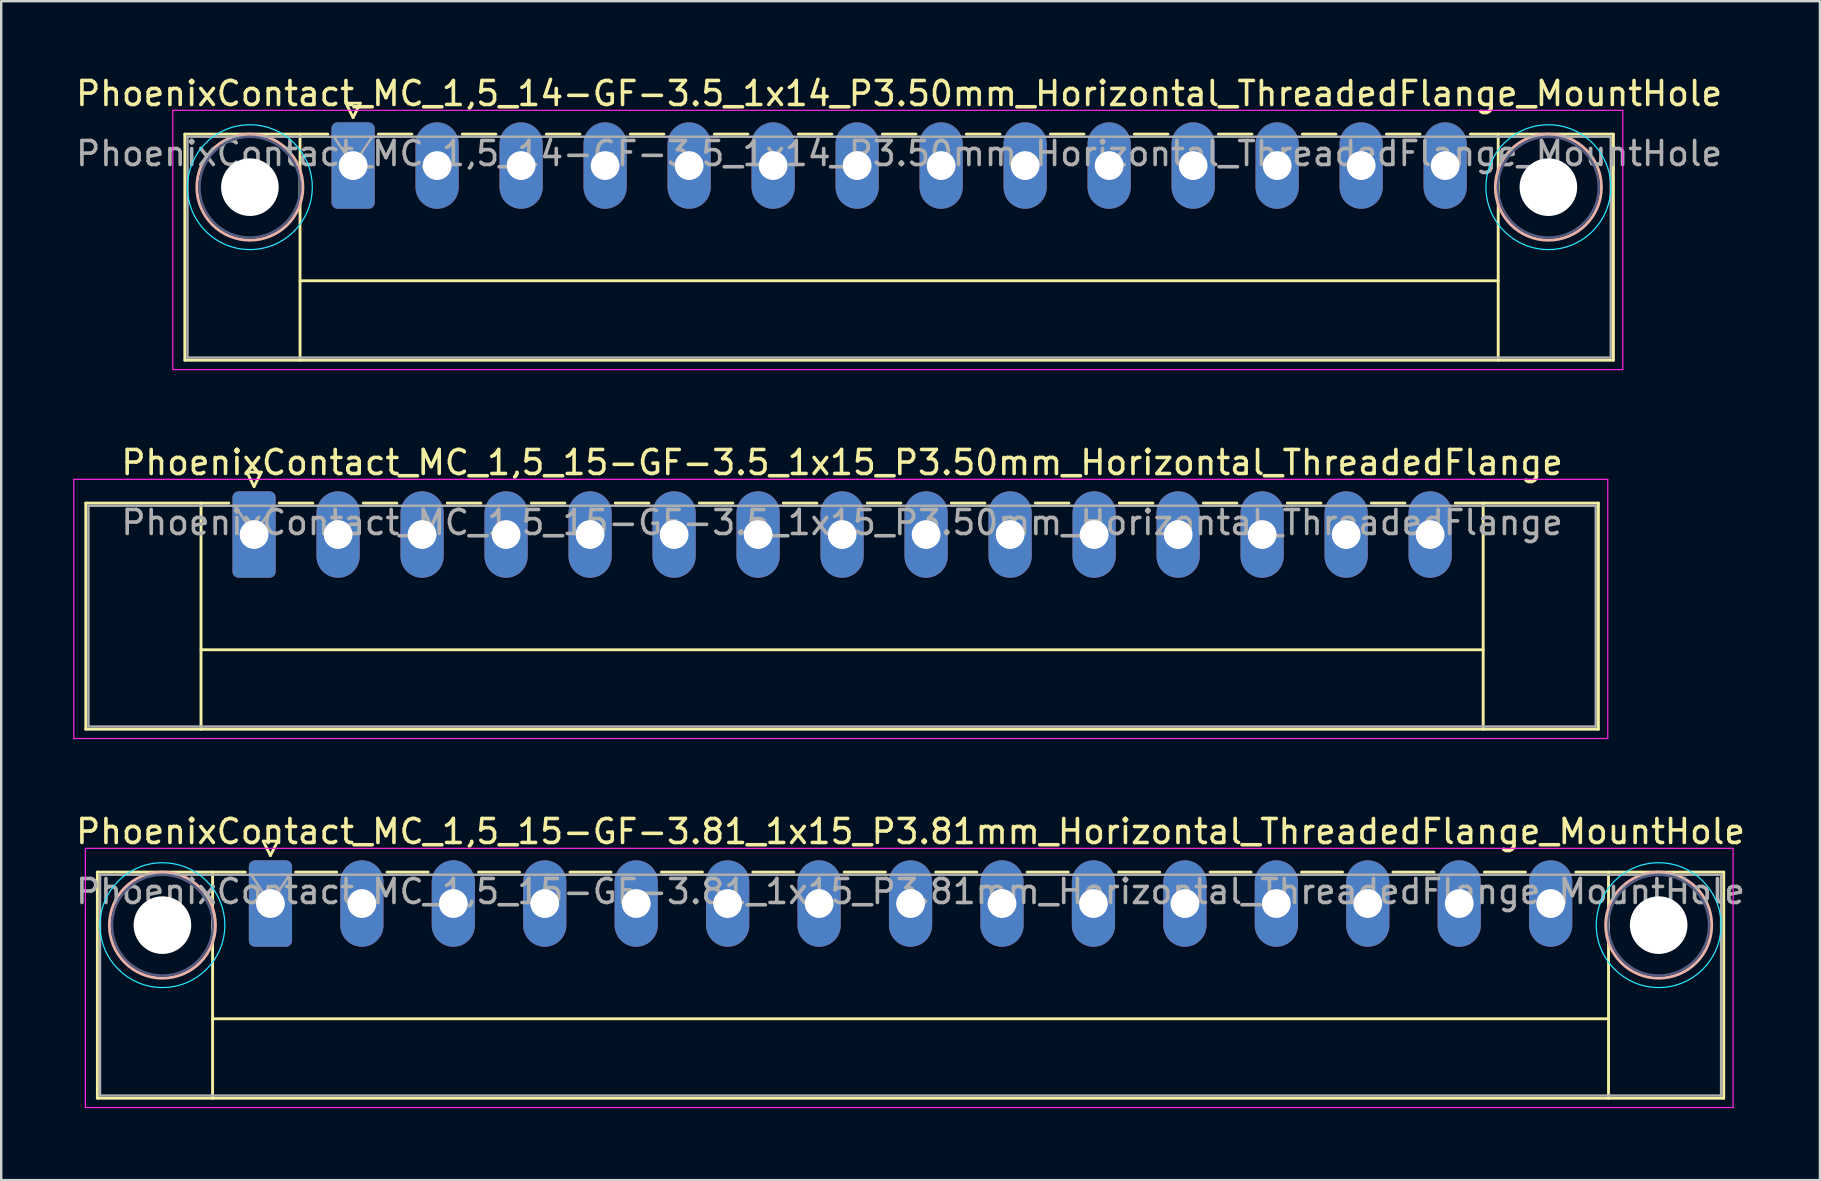
<source format=kicad_pcb>
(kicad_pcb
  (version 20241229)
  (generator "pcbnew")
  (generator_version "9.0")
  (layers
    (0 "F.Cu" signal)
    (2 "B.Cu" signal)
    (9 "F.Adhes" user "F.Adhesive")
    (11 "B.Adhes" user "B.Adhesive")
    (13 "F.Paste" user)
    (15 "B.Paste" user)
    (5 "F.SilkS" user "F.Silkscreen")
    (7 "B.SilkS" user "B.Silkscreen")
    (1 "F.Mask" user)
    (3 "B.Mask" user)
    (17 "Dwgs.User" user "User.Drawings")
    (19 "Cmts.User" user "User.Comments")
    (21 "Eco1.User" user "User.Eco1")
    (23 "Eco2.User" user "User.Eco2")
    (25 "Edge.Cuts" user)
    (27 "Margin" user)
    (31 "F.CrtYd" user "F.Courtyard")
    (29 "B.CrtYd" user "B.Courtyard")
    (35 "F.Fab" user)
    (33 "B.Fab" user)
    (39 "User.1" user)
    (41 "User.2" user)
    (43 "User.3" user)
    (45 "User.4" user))
  (footprint "PhoenixContact_MC_1,5_15-GF-3.81_1x15_P3.81mm_Horizontal_ThreadedFlange_MountHole"
    (layer "F.Cu")
    (at 8.217 34.595)
    (property "Reference" "PhoenixContact_MC_1,5_15-GF-3.81_1x15_P3.81mm_Horizontal_ThreadedFlange_MountHole" (at 26.67 -3 0) (layer "F.SilkS") (effects (font (size 1 1) (thickness 0.15))))
    (attr through_hole)
    (fp_line (start -7.21 -1.31) (end -7.21 8.11) (stroke (width 0.12) (type solid)) (layer "F.SilkS"))
    (fp_line (start -7.21 -1.31) (end -1.05 -1.31) (stroke (width 0.12) (type solid)) (layer "F.SilkS"))
    (fp_line (start -7.21 8.11) (end 60.55 8.11) (stroke (width 0.12) (type solid)) (layer "F.SilkS"))
    (fp_line (start -2.41 -1.31) (end -2.41 8.11) (stroke (width 0.12) (type solid)) (layer "F.SilkS"))
    (fp_line (start -2.41 4.8) (end 55.75 4.8) (stroke (width 0.12) (type solid)) (layer "F.SilkS"))
    (fp_line (start -0.3 -2.6) (end 0.3 -2.6) (stroke (width 0.12) (type solid)) (layer "F.SilkS"))
    (fp_line (start 0 -2) (end -0.3 -2.6) (stroke (width 0.12) (type solid)) (layer "F.SilkS"))
    (fp_line (start 0.3 -2.6) (end 0 -2) (stroke (width 0.12) (type solid)) (layer "F.SilkS"))
    (fp_line (start 1.05 -1.31) (end 2.76 -1.31) (stroke (width 0.12) (type solid)) (layer "F.SilkS"))
    (fp_line (start 4.86 -1.31) (end 6.57 -1.31) (stroke (width 0.12) (type solid)) (layer "F.SilkS"))
    (fp_line (start 8.67 -1.31) (end 10.38 -1.31) (stroke (width 0.12) (type solid)) (layer "F.SilkS"))
    (fp_line (start 12.48 -1.31) (end 14.19 -1.31) (stroke (width 0.12) (type solid)) (layer "F.SilkS"))
    (fp_line (start 16.29 -1.31) (end 18 -1.31) (stroke (width 0.12) (type solid)) (layer "F.SilkS"))
    (fp_line (start 20.1 -1.31) (end 21.81 -1.31) (stroke (width 0.12) (type solid)) (layer "F.SilkS"))
    (fp_line (start 23.91 -1.31) (end 25.62 -1.31) (stroke (width 0.12) (type solid)) (layer "F.SilkS"))
    (fp_line (start 27.72 -1.31) (end 29.43 -1.31) (stroke (width 0.12) (type solid)) (layer "F.SilkS"))
    (fp_line (start 31.53 -1.31) (end 33.24 -1.31) (stroke (width 0.12) (type solid)) (layer "F.SilkS"))
    (fp_line (start 35.34 -1.31) (end 37.05 -1.31) (stroke (width 0.12) (type solid)) (layer "F.SilkS"))
    (fp_line (start 39.15 -1.31) (end 40.86 -1.31) (stroke (width 0.12) (type solid)) (layer "F.SilkS"))
    (fp_line (start 42.96 -1.31) (end 44.67 -1.31) (stroke (width 0.12) (type solid)) (layer "F.SilkS"))
    (fp_line (start 46.77 -1.31) (end 48.48 -1.31) (stroke (width 0.12) (type solid)) (layer "F.SilkS"))
    (fp_line (start 50.58 -1.31) (end 52.29 -1.31) (stroke (width 0.12) (type solid)) (layer "F.SilkS"))
    (fp_line (start 55.75 -1.31) (end 55.75 8.11) (stroke (width 0.12) (type solid)) (layer "F.SilkS"))
    (fp_line (start 60.55 -1.31) (end 54.39 -1.31) (stroke (width 0.12) (type solid)) (layer "F.SilkS"))
    (fp_line (start 60.55 8.11) (end 60.55 -1.31) (stroke (width 0.12) (type solid)) (layer "F.SilkS"))
    (fp_circle (center -4.5 0.9) (end -2.29 0.9) (stroke (width 0.12) (type solid)) (fill no) (layer "B.SilkS"))
    (fp_circle (center 57.84 0.9) (end 60.05 0.9) (stroke (width 0.12) (type solid)) (fill no) (layer "B.SilkS"))
    (fp_circle (center -4.5 0.9) (end -1.9 0.9) (stroke (width 0.05) (type solid)) (fill no) (layer "B.CrtYd"))
    (fp_circle (center 57.84 0.9) (end 60.44 0.9) (stroke (width 0.05) (type solid)) (fill no) (layer "B.CrtYd"))
    (fp_line (start -7.71 -2.3) (end -7.71 8.5) (stroke (width 0.05) (type solid)) (layer "F.CrtYd"))
    (fp_line (start -7.71 8.5) (end 60.94 8.5) (stroke (width 0.05) (type solid)) (layer "F.CrtYd"))
    (fp_line (start 60.94 -2.3) (end -7.71 -2.3) (stroke (width 0.05) (type solid)) (layer "F.CrtYd"))
    (fp_line (start 60.94 8.5) (end 60.94 -2.3) (stroke (width 0.05) (type solid)) (layer "F.CrtYd"))
    (fp_circle (center -4.5 0.9) (end -2.4 0.9) (stroke (width 0.1) (type solid)) (fill no) (layer "B.Fab"))
    (fp_circle (center 57.84 0.9) (end 59.94 0.9) (stroke (width 0.1) (type solid)) (fill no) (layer "B.Fab"))
    (fp_line (start -7.1 -1.2) (end -7.1 8) (stroke (width 0.1) (type solid)) (layer "F.Fab"))
    (fp_line (start -7.1 8) (end 60.44 8) (stroke (width 0.1) (type solid)) (layer "F.Fab"))
    (fp_line (start 0 0) (end -0.8 -1.2) (stroke (width 0.1) (type solid)) (layer "F.Fab"))
    (fp_line (start 0.8 -1.2) (end 0 0) (stroke (width 0.1) (type solid)) (layer "F.Fab"))
    (fp_line (start 60.44 -1.2) (end -7.1 -1.2) (stroke (width 0.1) (type solid)) (layer "F.Fab"))
    (fp_line (start 60.44 8) (end 60.44 -1.2) (stroke (width 0.1) (type solid)) (layer "F.Fab"))
    (fp_text user "${REFERENCE}" (at 26.67 -0.5 0) (layer "F.Fab") (effects (font (size 1 1) (thickness 0.15))))
    (pad "" np_thru_hole circle (at -4.5 0.9) (size 2.4 2.4) (drill 2.4) (layers "*.Cu" "*.Mask"))
    (pad "" np_thru_hole circle (at 57.84 0.9) (size 2.4 2.4) (drill 2.4) (layers "*.Cu" "*.Mask"))
    (pad "1" thru_hole roundrect (at 0 0) (size 1.8 3.6) (drill 1.2) (layers "*.Cu" "*.Mask") (roundrect_rratio 0.139))
    (pad "2" thru_hole oval (at 3.81 0) (size 1.8 3.6) (drill 1.2) (layers "*.Cu" "*.Mask"))
    (pad "3" thru_hole oval (at 7.62 0) (size 1.8 3.6) (drill 1.2) (layers "*.Cu" "*.Mask"))
    (pad "4" thru_hole oval (at 11.43 0) (size 1.8 3.6) (drill 1.2) (layers "*.Cu" "*.Mask"))
    (pad "5" thru_hole oval (at 15.24 0) (size 1.8 3.6) (drill 1.2) (layers "*.Cu" "*.Mask"))
    (pad "6" thru_hole oval (at 19.05 0) (size 1.8 3.6) (drill 1.2) (layers "*.Cu" "*.Mask"))
    (pad "7" thru_hole oval (at 22.86 0) (size 1.8 3.6) (drill 1.2) (layers "*.Cu" "*.Mask"))
    (pad "8" thru_hole oval (at 26.67 0) (size 1.8 3.6) (drill 1.2) (layers "*.Cu" "*.Mask"))
    (pad "9" thru_hole oval (at 30.48 0) (size 1.8 3.6) (drill 1.2) (layers "*.Cu" "*.Mask"))
    (pad "10" thru_hole oval (at 34.29 0) (size 1.8 3.6) (drill 1.2) (layers "*.Cu" "*.Mask"))
    (pad "11" thru_hole oval (at 38.1 0) (size 1.8 3.6) (drill 1.2) (layers "*.Cu" "*.Mask"))
    (pad "12" thru_hole oval (at 41.91 0) (size 1.8 3.6) (drill 1.2) (layers "*.Cu" "*.Mask"))
    (pad "13" thru_hole oval (at 45.72 0) (size 1.8 3.6) (drill 1.2) (layers "*.Cu" "*.Mask"))
    (pad "14" thru_hole oval (at 49.53 0) (size 1.8 3.6) (drill 1.2) (layers "*.Cu" "*.Mask"))
    (pad "15" thru_hole oval (at 53.34 0) (size 1.8 3.6) (drill 1.2) (layers "*.Cu" "*.Mask")))
  (footprint "PhoenixContact_MC_1,5_15-GF-3.5_1x15_P3.50mm_Horizontal_ThreadedFlange"
    (layer "F.Cu")
    (at 7.535 19.221)
    (property "Reference" "PhoenixContact_MC_1,5_15-GF-3.5_1x15_P3.50mm_Horizontal_ThreadedFlange" (at 24.5 -3 0) (layer "F.SilkS") (effects (font (size 1 1) (thickness 0.15))))
    (attr through_hole)
    (fp_line (start -7.01 -1.31) (end -7.01 8.11) (stroke (width 0.12) (type solid)) (layer "F.SilkS"))
    (fp_line (start -7.01 -1.31) (end -1.05 -1.31) (stroke (width 0.12) (type solid)) (layer "F.SilkS"))
    (fp_line (start -7.01 8.11) (end 56.01 8.11) (stroke (width 0.12) (type solid)) (layer "F.SilkS"))
    (fp_line (start -2.21 -1.31) (end -2.21 8.11) (stroke (width 0.12) (type solid)) (layer "F.SilkS"))
    (fp_line (start -2.21 4.8) (end 51.21 4.8) (stroke (width 0.12) (type solid)) (layer "F.SilkS"))
    (fp_line (start -0.3 -2.6) (end 0.3 -2.6) (stroke (width 0.12) (type solid)) (layer "F.SilkS"))
    (fp_line (start 0 -2) (end -0.3 -2.6) (stroke (width 0.12) (type solid)) (layer "F.SilkS"))
    (fp_line (start 0.3 -2.6) (end 0 -2) (stroke (width 0.12) (type solid)) (layer "F.SilkS"))
    (fp_line (start 1.05 -1.31) (end 2.45 -1.31) (stroke (width 0.12) (type solid)) (layer "F.SilkS"))
    (fp_line (start 4.55 -1.31) (end 5.95 -1.31) (stroke (width 0.12) (type solid)) (layer "F.SilkS"))
    (fp_line (start 8.05 -1.31) (end 9.45 -1.31) (stroke (width 0.12) (type solid)) (layer "F.SilkS"))
    (fp_line (start 11.55 -1.31) (end 12.95 -1.31) (stroke (width 0.12) (type solid)) (layer "F.SilkS"))
    (fp_line (start 15.05 -1.31) (end 16.45 -1.31) (stroke (width 0.12) (type solid)) (layer "F.SilkS"))
    (fp_line (start 18.55 -1.31) (end 19.95 -1.31) (stroke (width 0.12) (type solid)) (layer "F.SilkS"))
    (fp_line (start 22.05 -1.31) (end 23.45 -1.31) (stroke (width 0.12) (type solid)) (layer "F.SilkS"))
    (fp_line (start 25.55 -1.31) (end 26.95 -1.31) (stroke (width 0.12) (type solid)) (layer "F.SilkS"))
    (fp_line (start 29.05 -1.31) (end 30.45 -1.31) (stroke (width 0.12) (type solid)) (layer "F.SilkS"))
    (fp_line (start 32.55 -1.31) (end 33.95 -1.31) (stroke (width 0.12) (type solid)) (layer "F.SilkS"))
    (fp_line (start 36.05 -1.31) (end 37.45 -1.31) (stroke (width 0.12) (type solid)) (layer "F.SilkS"))
    (fp_line (start 39.55 -1.31) (end 40.95 -1.31) (stroke (width 0.12) (type solid)) (layer "F.SilkS"))
    (fp_line (start 43.05 -1.31) (end 44.45 -1.31) (stroke (width 0.12) (type solid)) (layer "F.SilkS"))
    (fp_line (start 46.55 -1.31) (end 47.95 -1.31) (stroke (width 0.12) (type solid)) (layer "F.SilkS"))
    (fp_line (start 51.21 -1.31) (end 51.21 8.11) (stroke (width 0.12) (type solid)) (layer "F.SilkS"))
    (fp_line (start 56.01 -1.31) (end 50.05 -1.31) (stroke (width 0.12) (type solid)) (layer "F.SilkS"))
    (fp_line (start 56.01 8.11) (end 56.01 -1.31) (stroke (width 0.12) (type solid)) (layer "F.SilkS"))
    (fp_line (start -7.51 -2.3) (end -7.51 8.5) (stroke (width 0.05) (type solid)) (layer "F.CrtYd"))
    (fp_line (start -7.51 8.5) (end 56.4 8.5) (stroke (width 0.05) (type solid)) (layer "F.CrtYd"))
    (fp_line (start 56.4 -2.3) (end -7.51 -2.3) (stroke (width 0.05) (type solid)) (layer "F.CrtYd"))
    (fp_line (start 56.4 8.5) (end 56.4 -2.3) (stroke (width 0.05) (type solid)) (layer "F.CrtYd"))
    (fp_line (start -6.9 -1.2) (end -6.9 8) (stroke (width 0.1) (type solid)) (layer "F.Fab"))
    (fp_line (start -6.9 8) (end 55.9 8) (stroke (width 0.1) (type solid)) (layer "F.Fab"))
    (fp_line (start 0 0) (end -0.8 -1.2) (stroke (width 0.1) (type solid)) (layer "F.Fab"))
    (fp_line (start 0.8 -1.2) (end 0 0) (stroke (width 0.1) (type solid)) (layer "F.Fab"))
    (fp_line (start 55.9 -1.2) (end -6.9 -1.2) (stroke (width 0.1) (type solid)) (layer "F.Fab"))
    (fp_line (start 55.9 8) (end 55.9 -1.2) (stroke (width 0.1) (type solid)) (layer "F.Fab"))
    (fp_text user "${REFERENCE}" (at 24.5 -0.5 0) (layer "F.Fab") (effects (font (size 1 1) (thickness 0.15))))
    (pad "1" thru_hole roundrect (at 0 0) (size 1.8 3.6) (drill 1.2) (layers "*.Cu" "*.Mask") (roundrect_rratio 0.139))
    (pad "2" thru_hole oval (at 3.5 0) (size 1.8 3.6) (drill 1.2) (layers "*.Cu" "*.Mask"))
    (pad "3" thru_hole oval (at 7 0) (size 1.8 3.6) (drill 1.2) (layers "*.Cu" "*.Mask"))
    (pad "4" thru_hole oval (at 10.5 0) (size 1.8 3.6) (drill 1.2) (layers "*.Cu" "*.Mask"))
    (pad "5" thru_hole oval (at 14 0) (size 1.8 3.6) (drill 1.2) (layers "*.Cu" "*.Mask"))
    (pad "6" thru_hole oval (at 17.5 0) (size 1.8 3.6) (drill 1.2) (layers "*.Cu" "*.Mask"))
    (pad "7" thru_hole oval (at 21 0) (size 1.8 3.6) (drill 1.2) (layers "*.Cu" "*.Mask"))
    (pad "8" thru_hole oval (at 24.5 0) (size 1.8 3.6) (drill 1.2) (layers "*.Cu" "*.Mask"))
    (pad "9" thru_hole oval (at 28 0) (size 1.8 3.6) (drill 1.2) (layers "*.Cu" "*.Mask"))
    (pad "10" thru_hole oval (at 31.5 0) (size 1.8 3.6) (drill 1.2) (layers "*.Cu" "*.Mask"))
    (pad "11" thru_hole oval (at 35 0) (size 1.8 3.6) (drill 1.2) (layers "*.Cu" "*.Mask"))
    (pad "12" thru_hole oval (at 38.5 0) (size 1.8 3.6) (drill 1.2) (layers "*.Cu" "*.Mask"))
    (pad "13" thru_hole oval (at 42 0) (size 1.8 3.6) (drill 1.2) (layers "*.Cu" "*.Mask"))
    (pad "14" thru_hole oval (at 45.5 0) (size 1.8 3.6) (drill 1.2) (layers "*.Cu" "*.Mask"))
    (pad "15" thru_hole oval (at 49 0) (size 1.8 3.6) (drill 1.2) (layers "*.Cu" "*.Mask")))
  (footprint "PhoenixContact_MC_1,5_14-GF-3.5_1x14_P3.50mm_Horizontal_ThreadedFlange_MountHole"
    (layer "F.Cu")
    (at 11.661 3.848)
    (property "Reference" "PhoenixContact_MC_1,5_14-GF-3.5_1x14_P3.50mm_Horizontal_ThreadedFlange_MountHole" (at 22.75 -3 0) (layer "F.SilkS") (effects (font (size 1 1) (thickness 0.15))))
    (attr through_hole)
    (fp_line (start -7.01 -1.31) (end -7.01 8.11) (stroke (width 0.12) (type solid)) (layer "F.SilkS"))
    (fp_line (start -7.01 -1.31) (end -1.05 -1.31) (stroke (width 0.12) (type solid)) (layer "F.SilkS"))
    (fp_line (start -7.01 8.11) (end 52.51 8.11) (stroke (width 0.12) (type solid)) (layer "F.SilkS"))
    (fp_line (start -2.21 -1.31) (end -2.21 8.11) (stroke (width 0.12) (type solid)) (layer "F.SilkS"))
    (fp_line (start -2.21 4.8) (end 47.71 4.8) (stroke (width 0.12) (type solid)) (layer "F.SilkS"))
    (fp_line (start -0.3 -2.6) (end 0.3 -2.6) (stroke (width 0.12) (type solid)) (layer "F.SilkS"))
    (fp_line (start 0 -2) (end -0.3 -2.6) (stroke (width 0.12) (type solid)) (layer "F.SilkS"))
    (fp_line (start 0.3 -2.6) (end 0 -2) (stroke (width 0.12) (type solid)) (layer "F.SilkS"))
    (fp_line (start 1.05 -1.31) (end 2.45 -1.31) (stroke (width 0.12) (type solid)) (layer "F.SilkS"))
    (fp_line (start 4.55 -1.31) (end 5.95 -1.31) (stroke (width 0.12) (type solid)) (layer "F.SilkS"))
    (fp_line (start 8.05 -1.31) (end 9.45 -1.31) (stroke (width 0.12) (type solid)) (layer "F.SilkS"))
    (fp_line (start 11.55 -1.31) (end 12.95 -1.31) (stroke (width 0.12) (type solid)) (layer "F.SilkS"))
    (fp_line (start 15.05 -1.31) (end 16.45 -1.31) (stroke (width 0.12) (type solid)) (layer "F.SilkS"))
    (fp_line (start 18.55 -1.31) (end 19.95 -1.31) (stroke (width 0.12) (type solid)) (layer "F.SilkS"))
    (fp_line (start 22.05 -1.31) (end 23.45 -1.31) (stroke (width 0.12) (type solid)) (layer "F.SilkS"))
    (fp_line (start 25.55 -1.31) (end 26.95 -1.31) (stroke (width 0.12) (type solid)) (layer "F.SilkS"))
    (fp_line (start 29.05 -1.31) (end 30.45 -1.31) (stroke (width 0.12) (type solid)) (layer "F.SilkS"))
    (fp_line (start 32.55 -1.31) (end 33.95 -1.31) (stroke (width 0.12) (type solid)) (layer "F.SilkS"))
    (fp_line (start 36.05 -1.31) (end 37.45 -1.31) (stroke (width 0.12) (type solid)) (layer "F.SilkS"))
    (fp_line (start 39.55 -1.31) (end 40.95 -1.31) (stroke (width 0.12) (type solid)) (layer "F.SilkS"))
    (fp_line (start 43.05 -1.31) (end 44.45 -1.31) (stroke (width 0.12) (type solid)) (layer "F.SilkS"))
    (fp_line (start 47.71 -1.31) (end 47.71 8.11) (stroke (width 0.12) (type solid)) (layer "F.SilkS"))
    (fp_line (start 52.51 -1.31) (end 46.55 -1.31) (stroke (width 0.12) (type solid)) (layer "F.SilkS"))
    (fp_line (start 52.51 8.11) (end 52.51 -1.31) (stroke (width 0.12) (type solid)) (layer "F.SilkS"))
    (fp_circle (center -4.3 0.9) (end -2.09 0.9) (stroke (width 0.12) (type solid)) (fill no) (layer "B.SilkS"))
    (fp_circle (center 49.8 0.9) (end 52.01 0.9) (stroke (width 0.12) (type solid)) (fill no) (layer "B.SilkS"))
    (fp_circle (center -4.3 0.9) (end -1.7 0.9) (stroke (width 0.05) (type solid)) (fill no) (layer "B.CrtYd"))
    (fp_circle (center 49.8 0.9) (end 52.4 0.9) (stroke (width 0.05) (type solid)) (fill no) (layer "B.CrtYd"))
    (fp_line (start -7.51 -2.3) (end -7.51 8.5) (stroke (width 0.05) (type solid)) (layer "F.CrtYd"))
    (fp_line (start -7.51 8.5) (end 52.9 8.5) (stroke (width 0.05) (type solid)) (layer "F.CrtYd"))
    (fp_line (start 52.9 -2.3) (end -7.51 -2.3) (stroke (width 0.05) (type solid)) (layer "F.CrtYd"))
    (fp_line (start 52.9 8.5) (end 52.9 -2.3) (stroke (width 0.05) (type solid)) (layer "F.CrtYd"))
    (fp_circle (center -4.3 0.9) (end -2.2 0.9) (stroke (width 0.1) (type solid)) (fill no) (layer "B.Fab"))
    (fp_circle (center 49.8 0.9) (end 51.9 0.9) (stroke (width 0.1) (type solid)) (fill no) (layer "B.Fab"))
    (fp_line (start -6.9 -1.2) (end -6.9 8) (stroke (width 0.1) (type solid)) (layer "F.Fab"))
    (fp_line (start -6.9 8) (end 52.4 8) (stroke (width 0.1) (type solid)) (layer "F.Fab"))
    (fp_line (start 0 0) (end -0.8 -1.2) (stroke (width 0.1) (type solid)) (layer "F.Fab"))
    (fp_line (start 0.8 -1.2) (end 0 0) (stroke (width 0.1) (type solid)) (layer "F.Fab"))
    (fp_line (start 52.4 -1.2) (end -6.9 -1.2) (stroke (width 0.1) (type solid)) (layer "F.Fab"))
    (fp_line (start 52.4 8) (end 52.4 -1.2) (stroke (width 0.1) (type solid)) (layer "F.Fab"))
    (fp_text user "${REFERENCE}" (at 22.75 -0.5 0) (layer "F.Fab") (effects (font (size 1 1) (thickness 0.15))))
    (pad "" np_thru_hole circle (at -4.3 0.9) (size 2.4 2.4) (drill 2.4) (layers "*.Cu" "*.Mask"))
    (pad "" np_thru_hole circle (at 49.8 0.9) (size 2.4 2.4) (drill 2.4) (layers "*.Cu" "*.Mask"))
    (pad "1" thru_hole roundrect (at 0 0) (size 1.8 3.6) (drill 1.2) (layers "*.Cu" "*.Mask") (roundrect_rratio 0.139))
    (pad "2" thru_hole oval (at 3.5 0) (size 1.8 3.6) (drill 1.2) (layers "*.Cu" "*.Mask"))
    (pad "3" thru_hole oval (at 7 0) (size 1.8 3.6) (drill 1.2) (layers "*.Cu" "*.Mask"))
    (pad "4" thru_hole oval (at 10.5 0) (size 1.8 3.6) (drill 1.2) (layers "*.Cu" "*.Mask"))
    (pad "5" thru_hole oval (at 14 0) (size 1.8 3.6) (drill 1.2) (layers "*.Cu" "*.Mask"))
    (pad "6" thru_hole oval (at 17.5 0) (size 1.8 3.6) (drill 1.2) (layers "*.Cu" "*.Mask"))
    (pad "7" thru_hole oval (at 21 0) (size 1.8 3.6) (drill 1.2) (layers "*.Cu" "*.Mask"))
    (pad "8" thru_hole oval (at 24.5 0) (size 1.8 3.6) (drill 1.2) (layers "*.Cu" "*.Mask"))
    (pad "9" thru_hole oval (at 28 0) (size 1.8 3.6) (drill 1.2) (layers "*.Cu" "*.Mask"))
    (pad "10" thru_hole oval (at 31.5 0) (size 1.8 3.6) (drill 1.2) (layers "*.Cu" "*.Mask"))
    (pad "11" thru_hole oval (at 35 0) (size 1.8 3.6) (drill 1.2) (layers "*.Cu" "*.Mask"))
    (pad "12" thru_hole oval (at 38.5 0) (size 1.8 3.6) (drill 1.2) (layers "*.Cu" "*.Mask"))
    (pad "13" thru_hole oval (at 42 0) (size 1.8 3.6) (drill 1.2) (layers "*.Cu" "*.Mask"))
    (pad "14" thru_hole oval (at 45.5 0) (size 1.8 3.6) (drill 1.2) (layers "*.Cu" "*.Mask")))
  (gr_rect
    (start -3 -3)
    (end 72.774 46.12)
    (stroke (width 0.1) (type default))
    (fill no)
    (layer "Edge.Cuts")))
</source>
